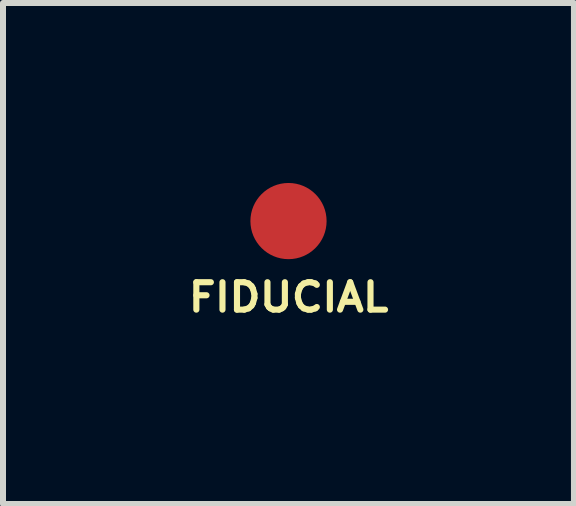
<source format=kicad_pcb>
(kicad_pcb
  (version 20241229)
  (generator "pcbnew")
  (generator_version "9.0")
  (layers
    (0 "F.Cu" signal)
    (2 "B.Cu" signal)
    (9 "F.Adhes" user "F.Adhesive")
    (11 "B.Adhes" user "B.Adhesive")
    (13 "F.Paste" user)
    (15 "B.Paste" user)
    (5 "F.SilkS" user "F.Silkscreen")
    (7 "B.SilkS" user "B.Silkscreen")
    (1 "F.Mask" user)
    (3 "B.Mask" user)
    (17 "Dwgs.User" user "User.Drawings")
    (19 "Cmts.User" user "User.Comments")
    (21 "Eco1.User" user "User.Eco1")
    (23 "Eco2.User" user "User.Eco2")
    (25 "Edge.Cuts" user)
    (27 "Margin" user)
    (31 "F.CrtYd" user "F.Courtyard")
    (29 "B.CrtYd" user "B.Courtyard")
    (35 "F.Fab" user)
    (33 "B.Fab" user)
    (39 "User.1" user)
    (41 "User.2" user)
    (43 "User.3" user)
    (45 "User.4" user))
  (footprint "FIDUCIAL"
    (layer "F.Cu")
    (at 1.759 0.635)
    (property "Reference" "FIDUCIAL" (at 0 1.27 0) (layer "F.SilkS") (effects (font (size 0.457 0.508) (thickness 0.102))))
    (attr through_hole)
    (pad "1" smd circle (at 0 0 270) (size 1.27 1.27) (layers "F.Cu" "F.Mask")))
  (gr_rect
    (start -3 -3)
    (end 6.517 5.351)
    (stroke (width 0.1) (type default))
    (fill no)
    (layer "Edge.Cuts")))
</source>
